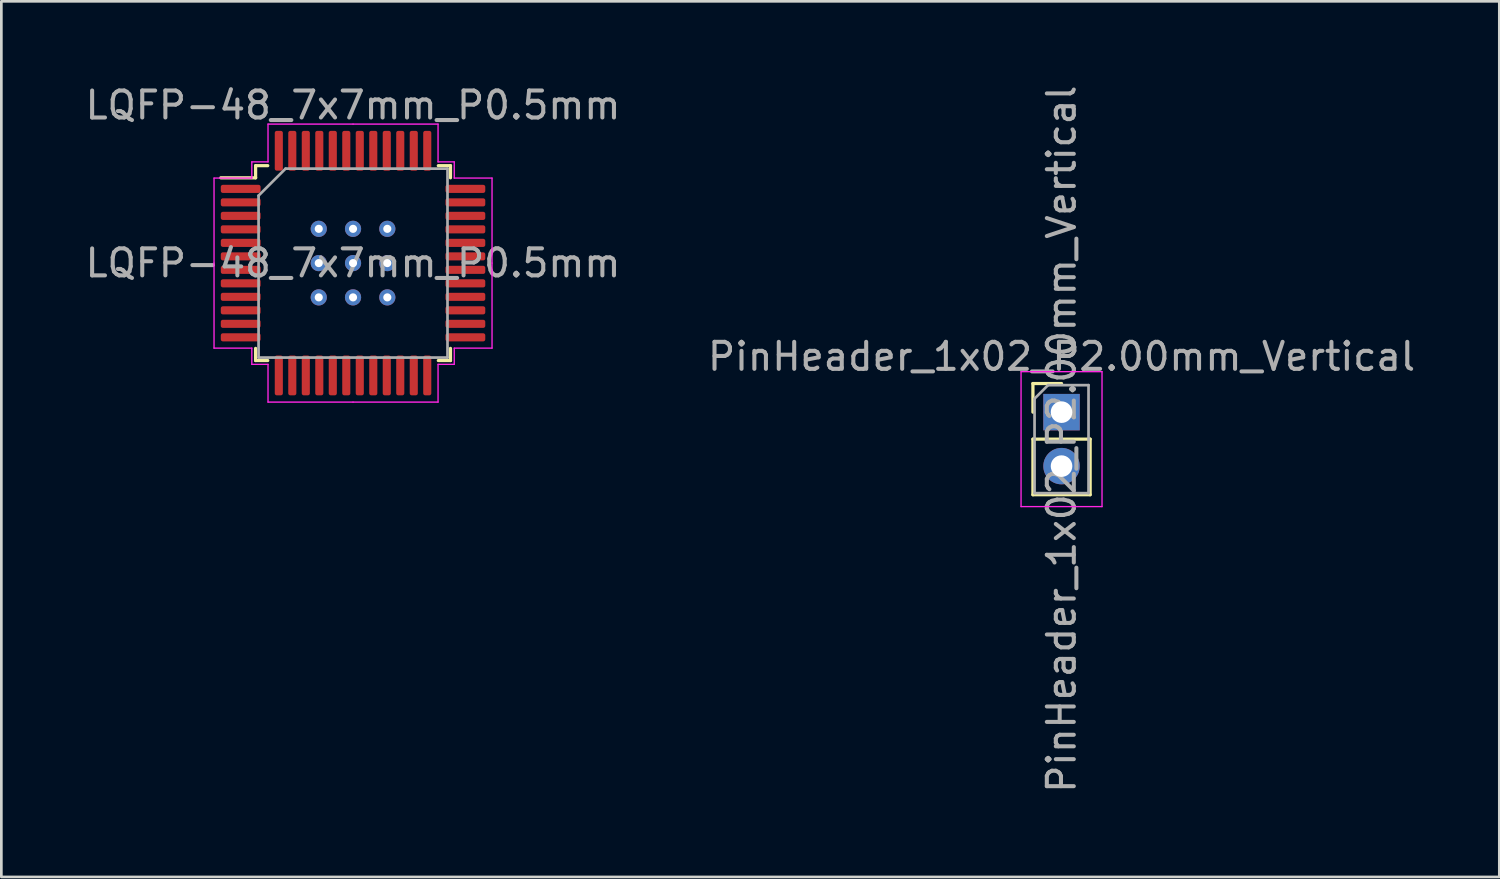
<source format=kicad_pcb>
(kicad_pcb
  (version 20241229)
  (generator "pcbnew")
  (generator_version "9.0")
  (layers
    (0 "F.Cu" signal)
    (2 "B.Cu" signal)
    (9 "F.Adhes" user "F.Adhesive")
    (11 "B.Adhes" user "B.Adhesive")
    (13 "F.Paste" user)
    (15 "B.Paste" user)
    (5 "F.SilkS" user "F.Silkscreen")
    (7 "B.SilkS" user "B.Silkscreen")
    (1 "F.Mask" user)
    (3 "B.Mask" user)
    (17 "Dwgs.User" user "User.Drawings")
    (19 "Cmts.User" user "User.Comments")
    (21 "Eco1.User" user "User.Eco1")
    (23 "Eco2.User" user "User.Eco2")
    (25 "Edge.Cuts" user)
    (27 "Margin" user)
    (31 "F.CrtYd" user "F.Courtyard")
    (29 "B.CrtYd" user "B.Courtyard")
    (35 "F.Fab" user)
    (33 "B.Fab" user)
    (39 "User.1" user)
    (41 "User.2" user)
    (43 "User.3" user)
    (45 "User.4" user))
  (footprint "LQFP-48_7x7mm_P0.5mm"
    (layer "F.Cu")
    (at 10.03 6.698)
    (property "Reference" "LQFP-48_7x7mm_P0.5mm" (at 0 -5.85 0) (layer "F.Fab") (effects (font (size 1 1) (thickness 0.15))))
    (attr smd)
    (fp_line (start -3.61 -3.61) (end -3.61 -3.16) (stroke (width 0.12) (type solid)) (layer "F.SilkS"))
    (fp_line (start -3.61 -3.16) (end -4.9 -3.16) (stroke (width 0.12) (type solid)) (layer "F.SilkS"))
    (fp_line (start -3.61 3.61) (end -3.61 3.16) (stroke (width 0.12) (type solid)) (layer "F.SilkS"))
    (fp_line (start -3.16 -3.61) (end -3.61 -3.61) (stroke (width 0.12) (type solid)) (layer "F.SilkS"))
    (fp_line (start -3.16 3.61) (end -3.61 3.61) (stroke (width 0.12) (type solid)) (layer "F.SilkS"))
    (fp_line (start 3.16 -3.61) (end 3.61 -3.61) (stroke (width 0.12) (type solid)) (layer "F.SilkS"))
    (fp_line (start 3.16 3.61) (end 3.61 3.61) (stroke (width 0.12) (type solid)) (layer "F.SilkS"))
    (fp_line (start 3.61 -3.61) (end 3.61 -3.16) (stroke (width 0.12) (type solid)) (layer "F.SilkS"))
    (fp_line (start 3.61 3.61) (end 3.61 3.16) (stroke (width 0.12) (type solid)) (layer "F.SilkS"))
    (fp_line (start -5.15 -3.15) (end -5.15 0) (stroke (width 0.05) (type solid)) (layer "F.CrtYd"))
    (fp_line (start -5.15 3.15) (end -5.15 0) (stroke (width 0.05) (type solid)) (layer "F.CrtYd"))
    (fp_line (start -3.75 -3.75) (end -3.75 -3.15) (stroke (width 0.05) (type solid)) (layer "F.CrtYd"))
    (fp_line (start -3.75 -3.15) (end -5.15 -3.15) (stroke (width 0.05) (type solid)) (layer "F.CrtYd"))
    (fp_line (start -3.75 3.15) (end -5.15 3.15) (stroke (width 0.05) (type solid)) (layer "F.CrtYd"))
    (fp_line (start -3.75 3.75) (end -3.75 3.15) (stroke (width 0.05) (type solid)) (layer "F.CrtYd"))
    (fp_line (start -3.15 -5.15) (end -3.15 -3.75) (stroke (width 0.05) (type solid)) (layer "F.CrtYd"))
    (fp_line (start -3.15 -3.75) (end -3.75 -3.75) (stroke (width 0.05) (type solid)) (layer "F.CrtYd"))
    (fp_line (start -3.15 3.75) (end -3.75 3.75) (stroke (width 0.05) (type solid)) (layer "F.CrtYd"))
    (fp_line (start -3.15 5.15) (end -3.15 3.75) (stroke (width 0.05) (type solid)) (layer "F.CrtYd"))
    (fp_line (start 0 -5.15) (end -3.15 -5.15) (stroke (width 0.05) (type solid)) (layer "F.CrtYd"))
    (fp_line (start 0 -5.15) (end 3.15 -5.15) (stroke (width 0.05) (type solid)) (layer "F.CrtYd"))
    (fp_line (start 0 5.15) (end -3.15 5.15) (stroke (width 0.05) (type solid)) (layer "F.CrtYd"))
    (fp_line (start 0 5.15) (end 3.15 5.15) (stroke (width 0.05) (type solid)) (layer "F.CrtYd"))
    (fp_line (start 3.15 -5.15) (end 3.15 -3.75) (stroke (width 0.05) (type solid)) (layer "F.CrtYd"))
    (fp_line (start 3.15 -3.75) (end 3.75 -3.75) (stroke (width 0.05) (type solid)) (layer "F.CrtYd"))
    (fp_line (start 3.15 3.75) (end 3.75 3.75) (stroke (width 0.05) (type solid)) (layer "F.CrtYd"))
    (fp_line (start 3.15 5.15) (end 3.15 3.75) (stroke (width 0.05) (type solid)) (layer "F.CrtYd"))
    (fp_line (start 3.75 -3.75) (end 3.75 -3.15) (stroke (width 0.05) (type solid)) (layer "F.CrtYd"))
    (fp_line (start 3.75 -3.15) (end 5.15 -3.15) (stroke (width 0.05) (type solid)) (layer "F.CrtYd"))
    (fp_line (start 3.75 3.15) (end 5.15 3.15) (stroke (width 0.05) (type solid)) (layer "F.CrtYd"))
    (fp_line (start 3.75 3.75) (end 3.75 3.15) (stroke (width 0.05) (type solid)) (layer "F.CrtYd"))
    (fp_line (start 5.15 -3.15) (end 5.15 0) (stroke (width 0.05) (type solid)) (layer "F.CrtYd"))
    (fp_line (start 5.15 3.15) (end 5.15 0) (stroke (width 0.05) (type solid)) (layer "F.CrtYd"))
    (fp_line (start -3.5 -2.5) (end -2.5 -3.5) (stroke (width 0.1) (type solid)) (layer "F.Fab"))
    (fp_line (start -3.5 3.5) (end -3.5 -2.5) (stroke (width 0.1) (type solid)) (layer "F.Fab"))
    (fp_line (start -2.5 -3.5) (end 3.5 -3.5) (stroke (width 0.1) (type solid)) (layer "F.Fab"))
    (fp_line (start 3.5 -3.5) (end 3.5 3.5) (stroke (width 0.1) (type solid)) (layer "F.Fab"))
    (fp_line (start 3.5 3.5) (end -3.5 3.5) (stroke (width 0.1) (type solid)) (layer "F.Fab"))
    (fp_text user "${REFERENCE}" (at 0 0 0) (layer "F.Fab") (effects (font (size 1 1) (thickness 0.15))))
    (pad "1" smd roundrect (at -4.162 -2.75) (size 1.475 0.3) (layers "F.Cu" "F.Mask" "F.Paste") (roundrect_rratio 0.25))
    (pad "2" smd roundrect (at -4.162 -2.25) (size 1.475 0.3) (layers "F.Cu" "F.Mask" "F.Paste") (roundrect_rratio 0.25))
    (pad "3" smd roundrect (at -4.162 -1.75) (size 1.475 0.3) (layers "F.Cu" "F.Mask" "F.Paste") (roundrect_rratio 0.25))
    (pad "4" smd roundrect (at -4.162 -1.25) (size 1.475 0.3) (layers "F.Cu" "F.Mask" "F.Paste") (roundrect_rratio 0.25))
    (pad "5" smd roundrect (at -4.162 -0.75) (size 1.475 0.3) (layers "F.Cu" "F.Mask" "F.Paste") (roundrect_rratio 0.25))
    (pad "6" smd roundrect (at -4.162 -0.25) (size 1.475 0.3) (layers "F.Cu" "F.Mask" "F.Paste") (roundrect_rratio 0.25))
    (pad "7" smd roundrect (at -4.162 0.25) (size 1.475 0.3) (layers "F.Cu" "F.Mask" "F.Paste") (roundrect_rratio 0.25))
    (pad "8" smd roundrect (at -4.162 0.75) (size 1.475 0.3) (layers "F.Cu" "F.Mask" "F.Paste") (roundrect_rratio 0.25))
    (pad "8" thru_hole circle (at -1.27 -1.27) (size 0.6 0.6) (drill 0.3) (layers "*.Cu"))
    (pad "8" thru_hole circle (at -1.27 0) (size 0.6 0.6) (drill 0.3) (layers "*.Cu"))
    (pad "8" thru_hole circle (at -1.27 1.27) (size 0.6 0.6) (drill 0.3) (layers "*.Cu"))
    (pad "8" thru_hole circle (at 0 -1.27) (size 0.6 0.6) (drill 0.3) (layers "*.Cu"))
    (pad "8" thru_hole circle (at 0 0) (size 0.6 0.6) (drill 0.3) (layers "*.Cu"))
    (pad "8" thru_hole circle (at 0 1.27) (size 0.6 0.6) (drill 0.3) (layers "*.Cu"))
    (pad "8" thru_hole circle (at 1.27 -1.27) (size 0.6 0.6) (drill 0.3) (layers "*.Cu"))
    (pad "8" thru_hole circle (at 1.27 0) (size 0.6 0.6) (drill 0.3) (layers "*.Cu"))
    (pad "8" thru_hole circle (at 1.27 1.27) (size 0.6 0.6) (drill 0.3) (layers "*.Cu"))
    (pad "9" smd roundrect (at -4.162 1.25) (size 1.475 0.3) (layers "F.Cu" "F.Mask" "F.Paste") (roundrect_rratio 0.25))
    (pad "10" smd roundrect (at -4.162 1.75) (size 1.475 0.3) (layers "F.Cu" "F.Mask" "F.Paste") (roundrect_rratio 0.25))
    (pad "11" smd roundrect (at -4.162 2.25) (size 1.475 0.3) (layers "F.Cu" "F.Mask" "F.Paste") (roundrect_rratio 0.25))
    (pad "12" smd roundrect (at -4.162 2.75) (size 1.475 0.3) (layers "F.Cu" "F.Mask" "F.Paste") (roundrect_rratio 0.25))
    (pad "13" smd roundrect (at -2.75 4.162) (size 0.3 1.475) (layers "F.Cu" "F.Mask" "F.Paste") (roundrect_rratio 0.25))
    (pad "14" smd roundrect (at -2.25 4.162) (size 0.3 1.475) (layers "F.Cu" "F.Mask" "F.Paste") (roundrect_rratio 0.25))
    (pad "15" smd roundrect (at -1.75 4.162) (size 0.3 1.475) (layers "F.Cu" "F.Mask" "F.Paste") (roundrect_rratio 0.25))
    (pad "16" smd roundrect (at -1.25 4.162) (size 0.3 1.475) (layers "F.Cu" "F.Mask" "F.Paste") (roundrect_rratio 0.25))
    (pad "17" smd roundrect (at -0.75 4.162) (size 0.3 1.475) (layers "F.Cu" "F.Mask" "F.Paste") (roundrect_rratio 0.25))
    (pad "18" smd roundrect (at -0.25 4.162) (size 0.3 1.475) (layers "F.Cu" "F.Mask" "F.Paste") (roundrect_rratio 0.25))
    (pad "19" smd roundrect (at 0.25 4.162) (size 0.3 1.475) (layers "F.Cu" "F.Mask" "F.Paste") (roundrect_rratio 0.25))
    (pad "20" smd roundrect (at 0.75 4.162) (size 0.3 1.475) (layers "F.Cu" "F.Mask" "F.Paste") (roundrect_rratio 0.25))
    (pad "21" smd roundrect (at 1.25 4.162) (size 0.3 1.475) (layers "F.Cu" "F.Mask" "F.Paste") (roundrect_rratio 0.25))
    (pad "22" smd roundrect (at 1.75 4.162) (size 0.3 1.475) (layers "F.Cu" "F.Mask" "F.Paste") (roundrect_rratio 0.25))
    (pad "23" smd roundrect (at 2.25 4.162) (size 0.3 1.475) (layers "F.Cu" "F.Mask" "F.Paste") (roundrect_rratio 0.25))
    (pad "24" smd roundrect (at 2.75 4.162) (size 0.3 1.475) (layers "F.Cu" "F.Mask" "F.Paste") (roundrect_rratio 0.25))
    (pad "25" smd roundrect (at 4.162 2.75) (size 1.475 0.3) (layers "F.Cu" "F.Mask" "F.Paste") (roundrect_rratio 0.25))
    (pad "26" smd roundrect (at 4.162 2.25) (size 1.475 0.3) (layers "F.Cu" "F.Mask" "F.Paste") (roundrect_rratio 0.25))
    (pad "27" smd roundrect (at 4.162 1.75) (size 1.475 0.3) (layers "F.Cu" "F.Mask" "F.Paste") (roundrect_rratio 0.25))
    (pad "28" smd roundrect (at 4.162 1.25) (size 1.475 0.3) (layers "F.Cu" "F.Mask" "F.Paste") (roundrect_rratio 0.25))
    (pad "29" smd roundrect (at 4.162 0.75) (size 1.475 0.3) (layers "F.Cu" "F.Mask" "F.Paste") (roundrect_rratio 0.25))
    (pad "30" smd roundrect (at 4.162 0.25) (size 1.475 0.3) (layers "F.Cu" "F.Mask" "F.Paste") (roundrect_rratio 0.25))
    (pad "31" smd roundrect (at 4.162 -0.25) (size 1.475 0.3) (layers "F.Cu" "F.Mask" "F.Paste") (roundrect_rratio 0.25))
    (pad "32" smd roundrect (at 4.162 -0.75) (size 1.475 0.3) (layers "F.Cu" "F.Mask" "F.Paste") (roundrect_rratio 0.25))
    (pad "33" smd roundrect (at 4.162 -1.25) (size 1.475 0.3) (layers "F.Cu" "F.Mask" "F.Paste") (roundrect_rratio 0.25))
    (pad "34" smd roundrect (at 4.162 -1.75) (size 1.475 0.3) (layers "F.Cu" "F.Mask" "F.Paste") (roundrect_rratio 0.25))
    (pad "35" smd roundrect (at 4.162 -2.25) (size 1.475 0.3) (layers "F.Cu" "F.Mask" "F.Paste") (roundrect_rratio 0.25))
    (pad "36" smd roundrect (at 4.162 -2.75) (size 1.475 0.3) (layers "F.Cu" "F.Mask" "F.Paste") (roundrect_rratio 0.25))
    (pad "37" smd roundrect (at 2.75 -4.162) (size 0.3 1.475) (layers "F.Cu" "F.Mask" "F.Paste") (roundrect_rratio 0.25))
    (pad "38" smd roundrect (at 2.25 -4.162) (size 0.3 1.475) (layers "F.Cu" "F.Mask" "F.Paste") (roundrect_rratio 0.25))
    (pad "39" smd roundrect (at 1.75 -4.162) (size 0.3 1.475) (layers "F.Cu" "F.Mask" "F.Paste") (roundrect_rratio 0.25))
    (pad "40" smd roundrect (at 1.25 -4.162) (size 0.3 1.475) (layers "F.Cu" "F.Mask" "F.Paste") (roundrect_rratio 0.25))
    (pad "41" smd roundrect (at 0.75 -4.162) (size 0.3 1.475) (layers "F.Cu" "F.Mask" "F.Paste") (roundrect_rratio 0.25))
    (pad "42" smd roundrect (at 0.25 -4.162) (size 0.3 1.475) (layers "F.Cu" "F.Mask" "F.Paste") (roundrect_rratio 0.25))
    (pad "43" smd roundrect (at -0.25 -4.162) (size 0.3 1.475) (layers "F.Cu" "F.Mask" "F.Paste") (roundrect_rratio 0.25))
    (pad "44" smd roundrect (at -0.75 -4.162) (size 0.3 1.475) (layers "F.Cu" "F.Mask" "F.Paste") (roundrect_rratio 0.25))
    (pad "45" smd roundrect (at -1.25 -4.162) (size 0.3 1.475) (layers "F.Cu" "F.Mask" "F.Paste") (roundrect_rratio 0.25))
    (pad "46" smd roundrect (at -1.75 -4.162) (size 0.3 1.475) (layers "F.Cu" "F.Mask" "F.Paste") (roundrect_rratio 0.25))
    (pad "47" smd roundrect (at -2.25 -4.162) (size 0.3 1.475) (layers "F.Cu" "F.Mask" "F.Paste") (roundrect_rratio 0.25))
    (pad "48" smd roundrect (at -2.75 -4.162) (size 0.3 1.475) (layers "F.Cu" "F.Mask" "F.Paste") (roundrect_rratio 0.25)))
  (footprint "PinHeader_1x02_P2.00mm_Vertical"
    (layer "F.Cu")
    (at 36.28 12.22)
    (property "Reference" "PinHeader_1x02_P2.00mm_Vertical" (at 0 -2.06 180) (layer "F.Fab") (effects (font (size 1 1) (thickness 0.15))))
    (attr through_hole exclude_from_bom)
    (fp_line (start -1.06 -1.06) (end 0 -1.06) (stroke (width 0.12) (type solid)) (layer "F.SilkS"))
    (fp_line (start -1.06 0) (end -1.06 -1.06) (stroke (width 0.12) (type solid)) (layer "F.SilkS"))
    (fp_line (start -1.06 1) (end -1.06 3.06) (stroke (width 0.12) (type solid)) (layer "F.SilkS"))
    (fp_line (start -1.06 1) (end 1.06 1) (stroke (width 0.12) (type solid)) (layer "F.SilkS"))
    (fp_line (start -1.06 3.06) (end 1.06 3.06) (stroke (width 0.12) (type solid)) (layer "F.SilkS"))
    (fp_line (start 1.06 1) (end 1.06 3.06) (stroke (width 0.12) (type solid)) (layer "F.SilkS"))
    (fp_line (start -1.5 -1.5) (end -1.5 3.5) (stroke (width 0.05) (type solid)) (layer "F.CrtYd"))
    (fp_line (start -1.5 3.5) (end 1.5 3.5) (stroke (width 0.05) (type solid)) (layer "F.CrtYd"))
    (fp_line (start 1.5 -1.5) (end -1.5 -1.5) (stroke (width 0.05) (type solid)) (layer "F.CrtYd"))
    (fp_line (start 1.5 3.5) (end 1.5 -1.5) (stroke (width 0.05) (type solid)) (layer "F.CrtYd"))
    (fp_line (start -1 -0.5) (end -0.5 -1) (stroke (width 0.1) (type solid)) (layer "F.Fab"))
    (fp_line (start -1 3) (end -1 -0.5) (stroke (width 0.1) (type solid)) (layer "F.Fab"))
    (fp_line (start -0.5 -1) (end 1 -1) (stroke (width 0.1) (type solid)) (layer "F.Fab"))
    (fp_line (start 1 -1) (end 1 3) (stroke (width 0.1) (type solid)) (layer "F.Fab"))
    (fp_line (start 1 3) (end -1 3) (stroke (width 0.1) (type solid)) (layer "F.Fab"))
    (fp_text user "${REFERENCE}" (at 0 1 90) (layer "F.Fab") (effects (font (size 1 1) (thickness 0.15))))
    (pad "1" thru_hole rect (at 0 0) (size 1.35 1.35) (drill 0.8) (layers "*.Cu" "*.Mask"))
    (pad "2" thru_hole oval (at 0 2) (size 1.35 1.35) (drill 0.8) (layers "*.Cu" "*.Mask")))
  (gr_rect
    (start -3 -3)
    (end 52.5 29.44)
    (stroke (width 0.1) (type default))
    (fill no)
    (layer "Edge.Cuts")))
</source>
